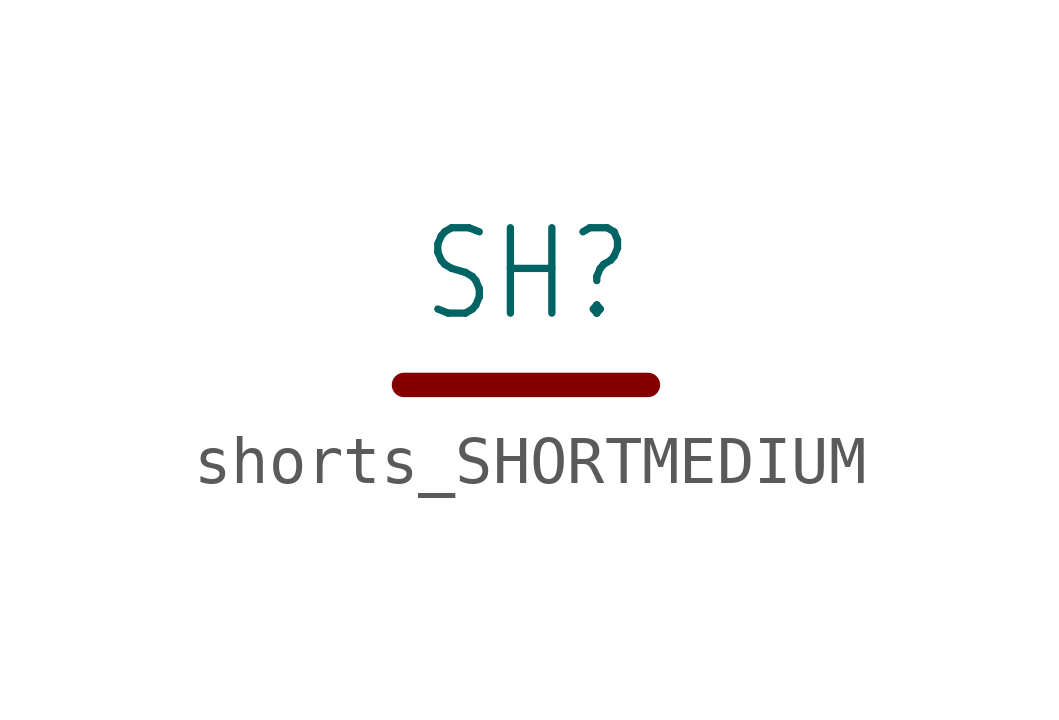
<source format=kicad_sym>
(kicad_symbol_lib
  (version 20241209)
  (generator "kicad_symbol_editor")
  (generator_version "9.0")
  (symbol "shorts_SHORTMEDIUM"
    (property "Reference" "SH"
      (at -2.223 1.27 0)
      (effects (font (size 1.778 1.511)) (justify left bottom)))
    (property "ki_locked" ""
      (at 0 0 0)
      (effects (font (size 1.27 1.27))))
    (symbol "shorts_SHORTMEDIUM_1_0"
      (polyline (pts (xy -2.54 0) (xy 2.54 0)) (stroke (width 0.508) (type solid)) (fill (type none)))
      (pin bidirectional line (at -2.54 0 0) (length 0) (name "P$1" (effects (font (size 0 0)))) (number "1" (effects (font (size 0 0)))))
      (pin bidirectional line (at 2.54 0 0) (length 0) (name "P$2" (effects (font (size 0 0)))) (number "2" (effects (font (size 0 0))))))))
</source>
